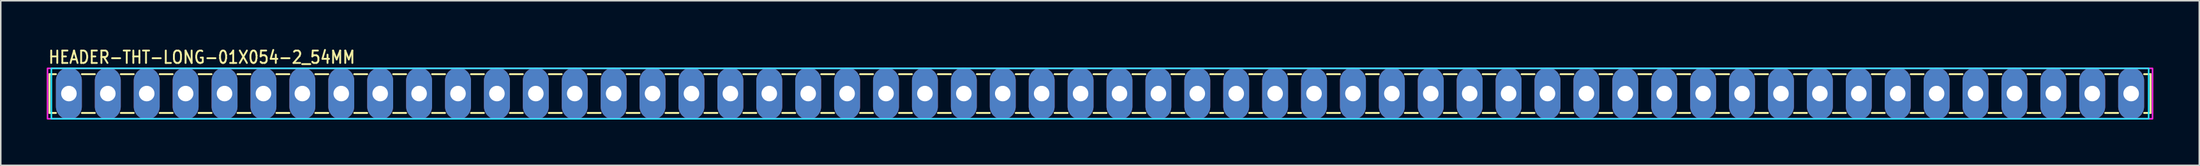
<source format=kicad_pcb>
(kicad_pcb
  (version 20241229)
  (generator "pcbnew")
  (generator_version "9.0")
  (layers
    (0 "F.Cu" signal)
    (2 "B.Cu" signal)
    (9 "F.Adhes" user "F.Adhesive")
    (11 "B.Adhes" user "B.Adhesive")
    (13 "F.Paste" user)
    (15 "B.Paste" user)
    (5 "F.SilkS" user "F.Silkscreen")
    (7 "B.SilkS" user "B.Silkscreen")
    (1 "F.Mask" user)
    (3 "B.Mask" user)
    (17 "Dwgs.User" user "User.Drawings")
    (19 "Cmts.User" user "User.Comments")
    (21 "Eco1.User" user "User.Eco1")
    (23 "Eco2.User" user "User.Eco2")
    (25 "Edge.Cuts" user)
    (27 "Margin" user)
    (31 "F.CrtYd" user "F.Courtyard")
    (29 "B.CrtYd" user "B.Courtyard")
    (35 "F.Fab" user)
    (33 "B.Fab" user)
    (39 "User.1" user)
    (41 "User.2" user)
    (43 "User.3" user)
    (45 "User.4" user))
  (footprint "HEADER-THT-LONG-01X054-2_54MM"
    (layer "F.Cu")
    (at 1.447 3.079)
    (property "Reference" "HEADER-THT-LONG-01X054-2_54MM" (at -1.4 -1.9 0) (unlocked yes) (layer "F.SilkS") (effects (font (size 0.813 0.695) (thickness 0.122)) (justify left bottom)))
    (fp_line (start -1.27 -1.27) (end -1.27 1.27) (stroke (width 0.127) (type solid)) (layer "F.SilkS"))
    (fp_line (start -1.27 1.27) (end -0.85 1.27) (stroke (width 0.127) (type solid)) (layer "F.SilkS"))
    (fp_line (start -0.85 -1.27) (end -1.27 -1.27) (stroke (width 0.127) (type solid)) (layer "F.SilkS"))
    (fp_line (start 0.85 -1.27) (end 1.69 -1.27) (stroke (width 0.127) (type solid)) (layer "F.SilkS"))
    (fp_line (start 0.85 1.27) (end 1.69 1.27) (stroke (width 0.127) (type solid)) (layer "F.SilkS"))
    (fp_line (start 3.39 -1.27) (end 4.23 -1.27) (stroke (width 0.127) (type solid)) (layer "F.SilkS"))
    (fp_line (start 3.39 1.27) (end 4.23 1.27) (stroke (width 0.127) (type solid)) (layer "F.SilkS"))
    (fp_line (start 5.93 -1.27) (end 6.77 -1.27) (stroke (width 0.127) (type solid)) (layer "F.SilkS"))
    (fp_line (start 5.93 1.27) (end 6.77 1.27) (stroke (width 0.127) (type solid)) (layer "F.SilkS"))
    (fp_line (start 8.47 -1.27) (end 9.31 -1.27) (stroke (width 0.127) (type solid)) (layer "F.SilkS"))
    (fp_line (start 8.47 1.27) (end 9.31 1.27) (stroke (width 0.127) (type solid)) (layer "F.SilkS"))
    (fp_line (start 11.01 -1.27) (end 11.85 -1.27) (stroke (width 0.127) (type solid)) (layer "F.SilkS"))
    (fp_line (start 11.01 1.27) (end 11.85 1.27) (stroke (width 0.127) (type solid)) (layer "F.SilkS"))
    (fp_line (start 13.55 -1.27) (end 14.39 -1.27) (stroke (width 0.127) (type solid)) (layer "F.SilkS"))
    (fp_line (start 13.55 1.27) (end 14.39 1.27) (stroke (width 0.127) (type solid)) (layer "F.SilkS"))
    (fp_line (start 16.09 -1.27) (end 16.93 -1.27) (stroke (width 0.127) (type solid)) (layer "F.SilkS"))
    (fp_line (start 16.09 1.27) (end 16.93 1.27) (stroke (width 0.127) (type solid)) (layer "F.SilkS"))
    (fp_line (start 18.63 -1.27) (end 19.47 -1.27) (stroke (width 0.127) (type solid)) (layer "F.SilkS"))
    (fp_line (start 18.63 1.27) (end 19.47 1.27) (stroke (width 0.127) (type solid)) (layer "F.SilkS"))
    (fp_line (start 21.17 -1.27) (end 22.01 -1.27) (stroke (width 0.127) (type solid)) (layer "F.SilkS"))
    (fp_line (start 21.17 1.27) (end 22.01 1.27) (stroke (width 0.127) (type solid)) (layer "F.SilkS"))
    (fp_line (start 23.71 -1.27) (end 24.55 -1.27) (stroke (width 0.127) (type solid)) (layer "F.SilkS"))
    (fp_line (start 23.71 1.27) (end 24.55 1.27) (stroke (width 0.127) (type solid)) (layer "F.SilkS"))
    (fp_line (start 26.25 -1.27) (end 27.09 -1.27) (stroke (width 0.127) (type solid)) (layer "F.SilkS"))
    (fp_line (start 26.25 1.27) (end 27.09 1.27) (stroke (width 0.127) (type solid)) (layer "F.SilkS"))
    (fp_line (start 28.79 -1.27) (end 29.63 -1.27) (stroke (width 0.127) (type solid)) (layer "F.SilkS"))
    (fp_line (start 28.79 1.27) (end 29.63 1.27) (stroke (width 0.127) (type solid)) (layer "F.SilkS"))
    (fp_line (start 31.33 -1.27) (end 32.17 -1.27) (stroke (width 0.127) (type solid)) (layer "F.SilkS"))
    (fp_line (start 31.33 1.27) (end 32.17 1.27) (stroke (width 0.127) (type solid)) (layer "F.SilkS"))
    (fp_line (start 33.87 -1.27) (end 34.71 -1.27) (stroke (width 0.127) (type solid)) (layer "F.SilkS"))
    (fp_line (start 33.87 1.27) (end 34.71 1.27) (stroke (width 0.127) (type solid)) (layer "F.SilkS"))
    (fp_line (start 36.41 -1.27) (end 37.25 -1.27) (stroke (width 0.127) (type solid)) (layer "F.SilkS"))
    (fp_line (start 36.41 1.27) (end 37.25 1.27) (stroke (width 0.127) (type solid)) (layer "F.SilkS"))
    (fp_line (start 38.95 -1.27) (end 39.79 -1.27) (stroke (width 0.127) (type solid)) (layer "F.SilkS"))
    (fp_line (start 38.95 1.27) (end 39.79 1.27) (stroke (width 0.127) (type solid)) (layer "F.SilkS"))
    (fp_line (start 41.49 -1.27) (end 42.33 -1.27) (stroke (width 0.127) (type solid)) (layer "F.SilkS"))
    (fp_line (start 41.49 1.27) (end 42.33 1.27) (stroke (width 0.127) (type solid)) (layer "F.SilkS"))
    (fp_line (start 44.03 -1.27) (end 44.87 -1.27) (stroke (width 0.127) (type solid)) (layer "F.SilkS"))
    (fp_line (start 44.03 1.27) (end 44.87 1.27) (stroke (width 0.127) (type solid)) (layer "F.SilkS"))
    (fp_line (start 46.57 -1.27) (end 47.41 -1.27) (stroke (width 0.127) (type solid)) (layer "F.SilkS"))
    (fp_line (start 46.57 1.27) (end 47.41 1.27) (stroke (width 0.127) (type solid)) (layer "F.SilkS"))
    (fp_line (start 49.11 -1.27) (end 49.95 -1.27) (stroke (width 0.127) (type solid)) (layer "F.SilkS"))
    (fp_line (start 49.11 1.27) (end 49.95 1.27) (stroke (width 0.127) (type solid)) (layer "F.SilkS"))
    (fp_line (start 51.65 -1.27) (end 52.49 -1.27) (stroke (width 0.127) (type solid)) (layer "F.SilkS"))
    (fp_line (start 51.65 1.27) (end 52.49 1.27) (stroke (width 0.127) (type solid)) (layer "F.SilkS"))
    (fp_line (start 54.19 -1.27) (end 55.03 -1.27) (stroke (width 0.127) (type solid)) (layer "F.SilkS"))
    (fp_line (start 54.19 1.27) (end 55.03 1.27) (stroke (width 0.127) (type solid)) (layer "F.SilkS"))
    (fp_line (start 56.73 -1.27) (end 57.57 -1.27) (stroke (width 0.127) (type solid)) (layer "F.SilkS"))
    (fp_line (start 56.73 1.27) (end 57.57 1.27) (stroke (width 0.127) (type solid)) (layer "F.SilkS"))
    (fp_line (start 59.27 -1.27) (end 60.11 -1.27) (stroke (width 0.127) (type solid)) (layer "F.SilkS"))
    (fp_line (start 59.27 1.27) (end 60.11 1.27) (stroke (width 0.127) (type solid)) (layer "F.SilkS"))
    (fp_line (start 61.81 -1.27) (end 62.65 -1.27) (stroke (width 0.127) (type solid)) (layer "F.SilkS"))
    (fp_line (start 61.81 1.27) (end 62.65 1.27) (stroke (width 0.127) (type solid)) (layer "F.SilkS"))
    (fp_line (start 64.35 -1.27) (end 65.19 -1.27) (stroke (width 0.127) (type solid)) (layer "F.SilkS"))
    (fp_line (start 64.35 1.27) (end 65.19 1.27) (stroke (width 0.127) (type solid)) (layer "F.SilkS"))
    (fp_line (start 66.89 -1.27) (end 67.73 -1.27) (stroke (width 0.127) (type solid)) (layer "F.SilkS"))
    (fp_line (start 66.89 1.27) (end 67.73 1.27) (stroke (width 0.127) (type solid)) (layer "F.SilkS"))
    (fp_line (start 69.43 -1.27) (end 70.27 -1.27) (stroke (width 0.127) (type solid)) (layer "F.SilkS"))
    (fp_line (start 69.43 1.27) (end 70.27 1.27) (stroke (width 0.127) (type solid)) (layer "F.SilkS"))
    (fp_line (start 71.97 -1.27) (end 72.81 -1.27) (stroke (width 0.127) (type solid)) (layer "F.SilkS"))
    (fp_line (start 71.97 1.27) (end 72.81 1.27) (stroke (width 0.127) (type solid)) (layer "F.SilkS"))
    (fp_line (start 74.51 -1.27) (end 75.35 -1.27) (stroke (width 0.127) (type solid)) (layer "F.SilkS"))
    (fp_line (start 74.51 1.27) (end 75.35 1.27) (stroke (width 0.127) (type solid)) (layer "F.SilkS"))
    (fp_line (start 77.05 -1.27) (end 77.89 -1.27) (stroke (width 0.127) (type solid)) (layer "F.SilkS"))
    (fp_line (start 77.05 1.27) (end 77.89 1.27) (stroke (width 0.127) (type solid)) (layer "F.SilkS"))
    (fp_line (start 79.59 -1.27) (end 80.43 -1.27) (stroke (width 0.127) (type solid)) (layer "F.SilkS"))
    (fp_line (start 79.59 1.27) (end 80.43 1.27) (stroke (width 0.127) (type solid)) (layer "F.SilkS"))
    (fp_line (start 82.13 -1.27) (end 82.97 -1.27) (stroke (width 0.127) (type solid)) (layer "F.SilkS"))
    (fp_line (start 82.13 1.27) (end 82.97 1.27) (stroke (width 0.127) (type solid)) (layer "F.SilkS"))
    (fp_line (start 84.67 -1.27) (end 85.51 -1.27) (stroke (width 0.127) (type solid)) (layer "F.SilkS"))
    (fp_line (start 84.67 1.27) (end 85.51 1.27) (stroke (width 0.127) (type solid)) (layer "F.SilkS"))
    (fp_line (start 87.21 -1.27) (end 88.05 -1.27) (stroke (width 0.127) (type solid)) (layer "F.SilkS"))
    (fp_line (start 87.21 1.27) (end 88.05 1.27) (stroke (width 0.127) (type solid)) (layer "F.SilkS"))
    (fp_line (start 89.75 -1.27) (end 90.59 -1.27) (stroke (width 0.127) (type solid)) (layer "F.SilkS"))
    (fp_line (start 89.75 1.27) (end 90.59 1.27) (stroke (width 0.127) (type solid)) (layer "F.SilkS"))
    (fp_line (start 92.29 -1.27) (end 93.13 -1.27) (stroke (width 0.127) (type solid)) (layer "F.SilkS"))
    (fp_line (start 92.29 1.27) (end 93.13 1.27) (stroke (width 0.127) (type solid)) (layer "F.SilkS"))
    (fp_line (start 94.83 -1.27) (end 95.67 -1.27) (stroke (width 0.127) (type solid)) (layer "F.SilkS"))
    (fp_line (start 94.83 1.27) (end 95.67 1.27) (stroke (width 0.127) (type solid)) (layer "F.SilkS"))
    (fp_line (start 97.37 -1.27) (end 98.21 -1.27) (stroke (width 0.127) (type solid)) (layer "F.SilkS"))
    (fp_line (start 97.37 1.27) (end 98.21 1.27) (stroke (width 0.127) (type solid)) (layer "F.SilkS"))
    (fp_line (start 99.91 -1.27) (end 100.75 -1.27) (stroke (width 0.127) (type solid)) (layer "F.SilkS"))
    (fp_line (start 99.91 1.27) (end 100.75 1.27) (stroke (width 0.127) (type solid)) (layer "F.SilkS"))
    (fp_line (start 102.45 -1.27) (end 103.29 -1.27) (stroke (width 0.127) (type solid)) (layer "F.SilkS"))
    (fp_line (start 102.45 1.27) (end 103.29 1.27) (stroke (width 0.127) (type solid)) (layer "F.SilkS"))
    (fp_line (start 104.99 -1.27) (end 105.83 -1.27) (stroke (width 0.127) (type solid)) (layer "F.SilkS"))
    (fp_line (start 104.99 1.27) (end 105.83 1.27) (stroke (width 0.127) (type solid)) (layer "F.SilkS"))
    (fp_line (start 107.53 -1.27) (end 108.37 -1.27) (stroke (width 0.127) (type solid)) (layer "F.SilkS"))
    (fp_line (start 107.53 1.27) (end 108.37 1.27) (stroke (width 0.127) (type solid)) (layer "F.SilkS"))
    (fp_line (start 110.07 -1.27) (end 110.91 -1.27) (stroke (width 0.127) (type solid)) (layer "F.SilkS"))
    (fp_line (start 110.07 1.27) (end 110.91 1.27) (stroke (width 0.127) (type solid)) (layer "F.SilkS"))
    (fp_line (start 112.61 -1.27) (end 113.45 -1.27) (stroke (width 0.127) (type solid)) (layer "F.SilkS"))
    (fp_line (start 112.61 1.27) (end 113.45 1.27) (stroke (width 0.127) (type solid)) (layer "F.SilkS"))
    (fp_line (start 115.15 -1.27) (end 115.99 -1.27) (stroke (width 0.127) (type solid)) (layer "F.SilkS"))
    (fp_line (start 115.15 1.27) (end 115.99 1.27) (stroke (width 0.127) (type solid)) (layer "F.SilkS"))
    (fp_line (start 117.69 -1.27) (end 118.53 -1.27) (stroke (width 0.127) (type solid)) (layer "F.SilkS"))
    (fp_line (start 117.69 1.27) (end 118.53 1.27) (stroke (width 0.127) (type solid)) (layer "F.SilkS"))
    (fp_line (start 120.23 -1.27) (end 121.07 -1.27) (stroke (width 0.127) (type solid)) (layer "F.SilkS"))
    (fp_line (start 120.23 1.27) (end 121.07 1.27) (stroke (width 0.127) (type solid)) (layer "F.SilkS"))
    (fp_line (start 122.77 -1.27) (end 123.61 -1.27) (stroke (width 0.127) (type solid)) (layer "F.SilkS"))
    (fp_line (start 122.77 1.27) (end 123.61 1.27) (stroke (width 0.127) (type solid)) (layer "F.SilkS"))
    (fp_line (start 125.31 -1.27) (end 126.15 -1.27) (stroke (width 0.127) (type solid)) (layer "F.SilkS"))
    (fp_line (start 125.31 1.27) (end 126.15 1.27) (stroke (width 0.127) (type solid)) (layer "F.SilkS"))
    (fp_line (start 127.85 -1.27) (end 128.69 -1.27) (stroke (width 0.127) (type solid)) (layer "F.SilkS"))
    (fp_line (start 127.85 1.27) (end 128.69 1.27) (stroke (width 0.127) (type solid)) (layer "F.SilkS"))
    (fp_line (start 130.39 -1.27) (end 131.23 -1.27) (stroke (width 0.127) (type solid)) (layer "F.SilkS"))
    (fp_line (start 130.39 1.27) (end 131.23 1.27) (stroke (width 0.127) (type solid)) (layer "F.SilkS"))
    (fp_line (start 132.93 -1.27) (end 133.77 -1.27) (stroke (width 0.127) (type solid)) (layer "F.SilkS"))
    (fp_line (start 132.93 1.27) (end 133.77 1.27) (stroke (width 0.127) (type solid)) (layer "F.SilkS"))
    (fp_line (start 135.47 -1.27) (end 135.89 -1.27) (stroke (width 0.127) (type solid)) (layer "F.SilkS"))
    (fp_line (start 135.89 -1.27) (end 135.89 1.27) (stroke (width 0.127) (type solid)) (layer "F.SilkS"))
    (fp_line (start 135.89 1.27) (end 135.47 1.27) (stroke (width 0.127) (type solid)) (layer "F.SilkS"))
    (fp_poly (pts (xy -1.143 -1.651) (xy 135.763 -1.651) (xy 135.763 1.651) (xy -1.143 1.651)) (stroke (width 0.1) (type solid)) (fill no) (layer "B.CrtYd"))
    (fp_poly (pts (xy -1.397 -1.651) (xy 136.017 -1.651) (xy 136.017 1.651) (xy -1.397 1.651)) (stroke (width 0.1) (type solid)) (fill no) (layer "F.CrtYd"))
    (pad "1" thru_hole oval (at 0 0 90) (size 3.387 1.693) (drill 1.016) (layers "*.Cu" "*.Mask"))
    (pad "2" thru_hole oval (at 2.54 0 90) (size 3.387 1.693) (drill 1.016) (layers "*.Cu" "*.Mask"))
    (pad "3" thru_hole oval (at 5.08 0 90) (size 3.387 1.693) (drill 1.016) (layers "*.Cu" "*.Mask"))
    (pad "4" thru_hole oval (at 7.62 0 90) (size 3.387 1.693) (drill 1.016) (layers "*.Cu" "*.Mask"))
    (pad "5" thru_hole oval (at 10.16 0 90) (size 3.387 1.693) (drill 1.016) (layers "*.Cu" "*.Mask"))
    (pad "6" thru_hole oval (at 12.7 0 90) (size 3.387 1.693) (drill 1.016) (layers "*.Cu" "*.Mask"))
    (pad "7" thru_hole oval (at 15.24 0 90) (size 3.387 1.693) (drill 1.016) (layers "*.Cu" "*.Mask"))
    (pad "8" thru_hole oval (at 17.78 0 90) (size 3.387 1.693) (drill 1.016) (layers "*.Cu" "*.Mask"))
    (pad "9" thru_hole oval (at 20.32 0 90) (size 3.387 1.693) (drill 1.016) (layers "*.Cu" "*.Mask"))
    (pad "10" thru_hole oval (at 22.86 0 90) (size 3.387 1.693) (drill 1.016) (layers "*.Cu" "*.Mask"))
    (pad "11" thru_hole oval (at 25.4 0 90) (size 3.387 1.693) (drill 1.016) (layers "*.Cu" "*.Mask"))
    (pad "12" thru_hole oval (at 27.94 0 90) (size 3.387 1.693) (drill 1.016) (layers "*.Cu" "*.Mask"))
    (pad "13" thru_hole oval (at 30.48 0 90) (size 3.387 1.693) (drill 1.016) (layers "*.Cu" "*.Mask"))
    (pad "14" thru_hole oval (at 33.02 0 90) (size 3.387 1.693) (drill 1.016) (layers "*.Cu" "*.Mask"))
    (pad "15" thru_hole oval (at 35.56 0 90) (size 3.387 1.693) (drill 1.016) (layers "*.Cu" "*.Mask"))
    (pad "16" thru_hole oval (at 38.1 0 90) (size 3.387 1.693) (drill 1.016) (layers "*.Cu" "*.Mask"))
    (pad "17" thru_hole oval (at 40.64 0 90) (size 3.387 1.693) (drill 1.016) (layers "*.Cu" "*.Mask"))
    (pad "18" thru_hole oval (at 43.18 0 90) (size 3.387 1.693) (drill 1.016) (layers "*.Cu" "*.Mask"))
    (pad "19" thru_hole oval (at 45.72 0 90) (size 3.387 1.693) (drill 1.016) (layers "*.Cu" "*.Mask"))
    (pad "20" thru_hole oval (at 48.26 0 90) (size 3.387 1.693) (drill 1.016) (layers "*.Cu" "*.Mask"))
    (pad "21" thru_hole oval (at 50.8 0 90) (size 3.387 1.693) (drill 1.016) (layers "*.Cu" "*.Mask"))
    (pad "22" thru_hole oval (at 53.34 0 90) (size 3.387 1.693) (drill 1.016) (layers "*.Cu" "*.Mask"))
    (pad "23" thru_hole oval (at 55.88 0 90) (size 3.387 1.693) (drill 1.016) (layers "*.Cu" "*.Mask"))
    (pad "24" thru_hole oval (at 58.42 0 90) (size 3.387 1.693) (drill 1.016) (layers "*.Cu" "*.Mask"))
    (pad "25" thru_hole oval (at 60.96 0 90) (size 3.387 1.693) (drill 1.016) (layers "*.Cu" "*.Mask"))
    (pad "26" thru_hole oval (at 63.5 0 90) (size 3.387 1.693) (drill 1.016) (layers "*.Cu" "*.Mask"))
    (pad "27" thru_hole oval (at 66.04 0 90) (size 3.387 1.693) (drill 1.016) (layers "*.Cu" "*.Mask"))
    (pad "28" thru_hole oval (at 68.58 0 90) (size 3.387 1.693) (drill 1.016) (layers "*.Cu" "*.Mask"))
    (pad "29" thru_hole oval (at 71.12 0 90) (size 3.387 1.693) (drill 1.016) (layers "*.Cu" "*.Mask"))
    (pad "30" thru_hole oval (at 73.66 0 90) (size 3.387 1.693) (drill 1.016) (layers "*.Cu" "*.Mask"))
    (pad "31" thru_hole oval (at 76.2 0 90) (size 3.387 1.693) (drill 1.016) (layers "*.Cu" "*.Mask"))
    (pad "32" thru_hole oval (at 78.74 0 90) (size 3.387 1.693) (drill 1.016) (layers "*.Cu" "*.Mask"))
    (pad "33" thru_hole oval (at 81.28 0 90) (size 3.387 1.693) (drill 1.016) (layers "*.Cu" "*.Mask"))
    (pad "34" thru_hole oval (at 83.82 0 90) (size 3.387 1.693) (drill 1.016) (layers "*.Cu" "*.Mask"))
    (pad "35" thru_hole oval (at 86.36 0 90) (size 3.387 1.693) (drill 1.016) (layers "*.Cu" "*.Mask"))
    (pad "36" thru_hole oval (at 88.9 0 90) (size 3.387 1.693) (drill 1.016) (layers "*.Cu" "*.Mask"))
    (pad "37" thru_hole oval (at 91.44 0 90) (size 3.387 1.693) (drill 1.016) (layers "*.Cu" "*.Mask"))
    (pad "38" thru_hole oval (at 93.98 0 90) (size 3.387 1.693) (drill 1.016) (layers "*.Cu" "*.Mask"))
    (pad "39" thru_hole oval (at 96.52 0 90) (size 3.387 1.693) (drill 1.016) (layers "*.Cu" "*.Mask"))
    (pad "40" thru_hole oval (at 99.06 0 90) (size 3.387 1.693) (drill 1.016) (layers "*.Cu" "*.Mask"))
    (pad "41" thru_hole oval (at 101.6 0 90) (size 3.387 1.693) (drill 1.016) (layers "*.Cu" "*.Mask"))
    (pad "42" thru_hole oval (at 104.14 0 90) (size 3.387 1.693) (drill 1.016) (layers "*.Cu" "*.Mask"))
    (pad "43" thru_hole oval (at 106.68 0 90) (size 3.387 1.693) (drill 1.016) (layers "*.Cu" "*.Mask"))
    (pad "44" thru_hole oval (at 109.22 0 90) (size 3.387 1.693) (drill 1.016) (layers "*.Cu" "*.Mask"))
    (pad "45" thru_hole oval (at 111.76 0 90) (size 3.387 1.693) (drill 1.016) (layers "*.Cu" "*.Mask"))
    (pad "46" thru_hole oval (at 114.3 0 90) (size 3.387 1.693) (drill 1.016) (layers "*.Cu" "*.Mask"))
    (pad "47" thru_hole oval (at 116.84 0 90) (size 3.387 1.693) (drill 1.016) (layers "*.Cu" "*.Mask"))
    (pad "48" thru_hole oval (at 119.38 0 90) (size 3.387 1.693) (drill 1.016) (layers "*.Cu" "*.Mask"))
    (pad "49" thru_hole oval (at 121.92 0 90) (size 3.387 1.693) (drill 1.016) (layers "*.Cu" "*.Mask"))
    (pad "50" thru_hole oval (at 124.46 0 90) (size 3.387 1.693) (drill 1.016) (layers "*.Cu" "*.Mask"))
    (pad "51" thru_hole oval (at 127 0 90) (size 3.387 1.693) (drill 1.016) (layers "*.Cu" "*.Mask"))
    (pad "52" thru_hole oval (at 129.54 0 90) (size 3.387 1.693) (drill 1.016) (layers "*.Cu" "*.Mask"))
    (pad "53" thru_hole oval (at 132.08 0 90) (size 3.387 1.693) (drill 1.016) (layers "*.Cu" "*.Mask"))
    (pad "54" thru_hole oval (at 134.62 0 90) (size 3.387 1.693) (drill 1.016) (layers "*.Cu" "*.Mask")))
  (gr_rect
    (start -3 -3)
    (end 140.514 7.78)
    (stroke (width 0.1) (type default))
    (fill no)
    (layer "Edge.Cuts")))
</source>
